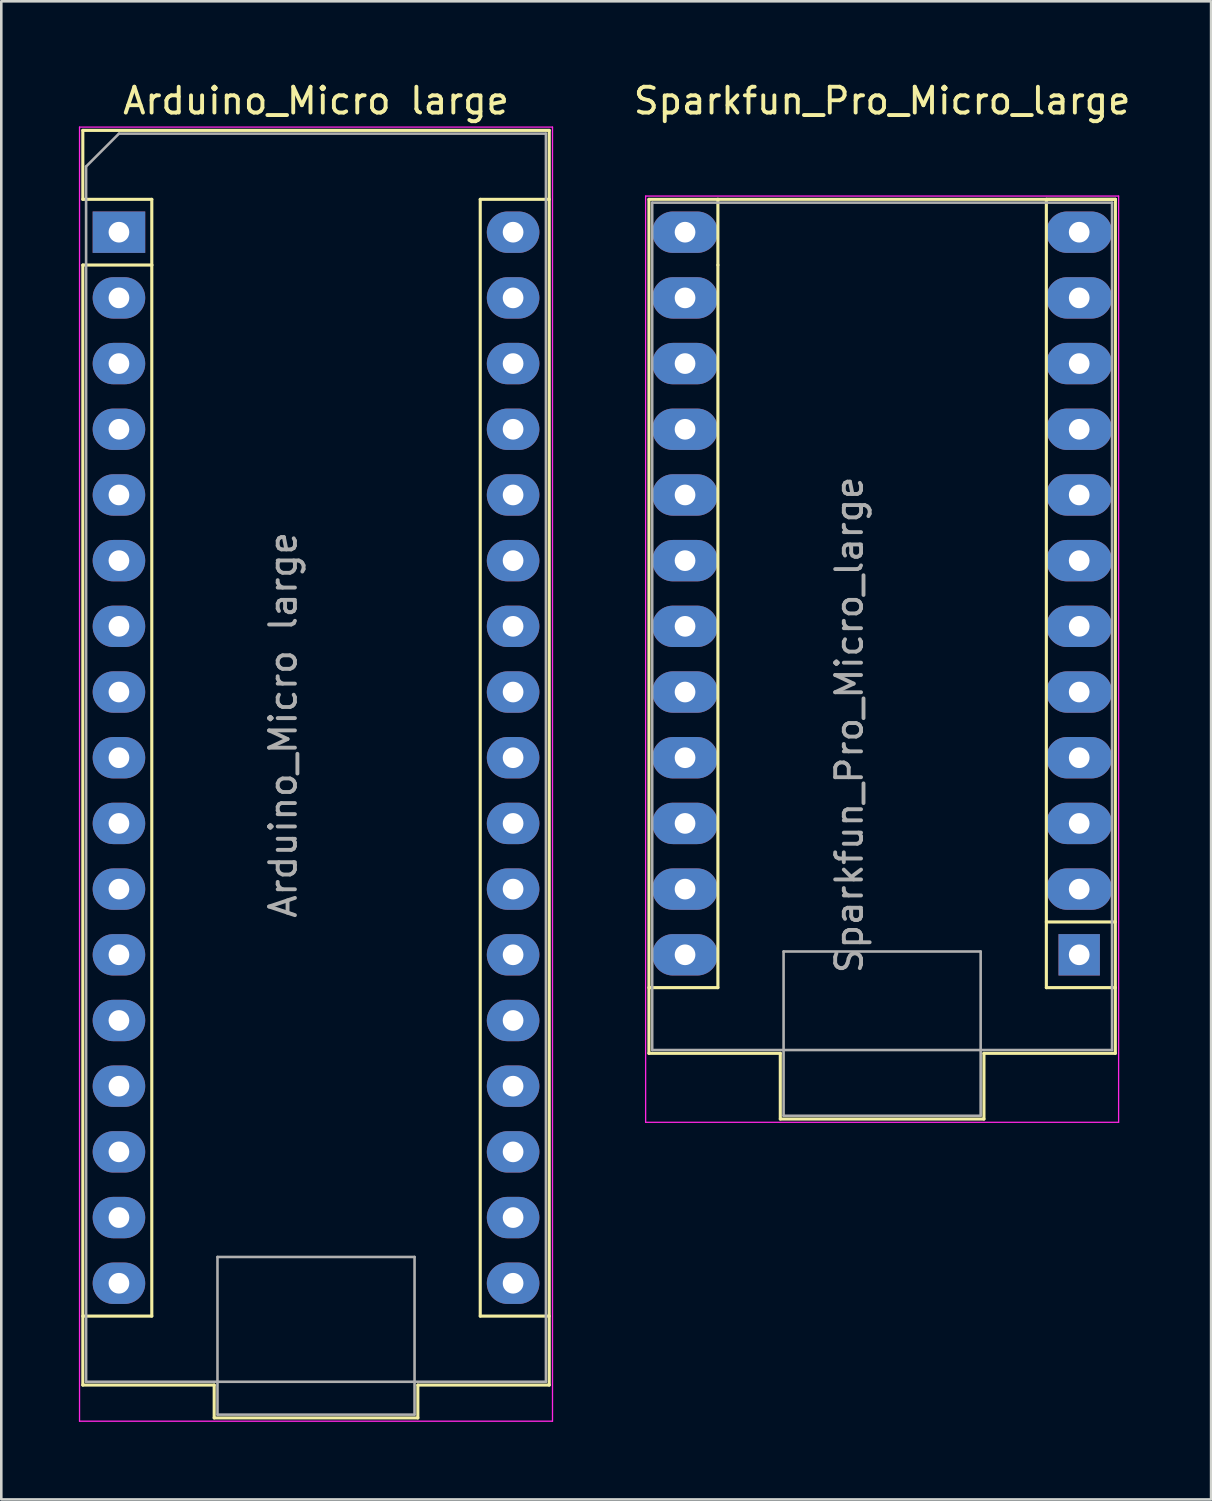
<source format=kicad_pcb>
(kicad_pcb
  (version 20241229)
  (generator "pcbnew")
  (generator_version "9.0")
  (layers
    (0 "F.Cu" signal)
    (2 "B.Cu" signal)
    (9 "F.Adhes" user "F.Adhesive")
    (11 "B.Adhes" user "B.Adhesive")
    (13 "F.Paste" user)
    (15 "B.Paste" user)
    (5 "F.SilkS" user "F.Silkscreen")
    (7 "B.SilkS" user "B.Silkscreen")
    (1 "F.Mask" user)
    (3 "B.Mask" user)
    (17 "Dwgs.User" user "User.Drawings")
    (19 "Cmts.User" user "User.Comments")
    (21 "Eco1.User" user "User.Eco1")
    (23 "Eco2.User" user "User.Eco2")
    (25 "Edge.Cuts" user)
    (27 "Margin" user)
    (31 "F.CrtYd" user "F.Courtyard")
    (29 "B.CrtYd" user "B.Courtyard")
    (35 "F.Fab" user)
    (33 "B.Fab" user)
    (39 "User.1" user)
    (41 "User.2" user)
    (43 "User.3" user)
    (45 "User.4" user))
  (footprint "Sparkfun_Pro_Micro_large"
    (layer "F.Cu")
    (at 23.438 5.928)
    (property "Reference" "Sparkfun_Pro_Micro_large" (at 7.62 -5.08 0) (layer "F.SilkS") (effects (font (size 1 1) (thickness 0.15))))
    (attr through_hole)
    (fp_line (start -1.397 -1.27) (end -1.397 31.75) (stroke (width 0.12) (type solid)) (layer "F.SilkS"))
    (fp_line (start -1.397 31.75) (end 3.683 31.75) (stroke (width 0.12) (type solid)) (layer "F.SilkS"))
    (fp_line (start 1.27 -1.27) (end -1.397 -1.27) (stroke (width 0.12) (type solid)) (layer "F.SilkS"))
    (fp_line (start 1.27 1.27) (end 1.27 -1.27) (stroke (width 0.12) (type solid)) (layer "F.SilkS"))
    (fp_line (start 1.27 1.27) (end 1.27 29.21) (stroke (width 0.12) (type solid)) (layer "F.SilkS"))
    (fp_line (start 1.27 29.21) (end -1.4 29.21) (stroke (width 0.12) (type solid)) (layer "F.SilkS"))
    (fp_line (start 3.683 34.29) (end 3.683 31.75) (stroke (width 0.12) (type solid)) (layer "F.SilkS"))
    (fp_line (start 3.683 34.29) (end 11.557 34.29) (stroke (width 0.12) (type solid)) (layer "F.SilkS"))
    (fp_line (start 11.557 31.75) (end 16.637 31.75) (stroke (width 0.12) (type solid)) (layer "F.SilkS"))
    (fp_line (start 11.557 34.29) (end 11.557 31.75) (stroke (width 0.12) (type solid)) (layer "F.SilkS"))
    (fp_line (start 13.97 -1.27) (end 13.97 29.21) (stroke (width 0.12) (type solid)) (layer "F.SilkS"))
    (fp_line (start 13.97 -1.27) (end 16.64 -1.27) (stroke (width 0.12) (type solid)) (layer "F.SilkS"))
    (fp_line (start 13.97 26.67) (end 16.64 26.67) (stroke (width 0.12) (type solid)) (layer "F.SilkS"))
    (fp_line (start 13.97 29.21) (end 16.64 29.21) (stroke (width 0.12) (type solid)) (layer "F.SilkS"))
    (fp_line (start 16.637 -1.27) (end 1.27 -1.27) (stroke (width 0.12) (type solid)) (layer "F.SilkS"))
    (fp_line (start 16.637 31.75) (end 16.64 -1.27) (stroke (width 0.12) (type solid)) (layer "F.SilkS"))
    (fp_line (start -1.524 -1.397) (end -1.524 34.417) (stroke (width 0.05) (type solid)) (layer "F.CrtYd"))
    (fp_line (start -1.524 -1.397) (end 16.764 -1.397) (stroke (width 0.05) (type solid)) (layer "F.CrtYd"))
    (fp_line (start 16.764 34.417) (end -1.524 34.417) (stroke (width 0.05) (type solid)) (layer "F.CrtYd"))
    (fp_line (start 16.764 34.417) (end 16.764 -1.397) (stroke (width 0.05) (type solid)) (layer "F.CrtYd"))
    (fp_line (start -1.27 -1.143) (end 16.51 -1.143) (stroke (width 0.1) (type solid)) (layer "F.Fab"))
    (fp_line (start -1.27 31.623) (end -1.27 -1.143) (stroke (width 0.1) (type solid)) (layer "F.Fab"))
    (fp_line (start 3.81 27.813) (end 11.43 27.813) (stroke (width 0.1) (type solid)) (layer "F.Fab"))
    (fp_line (start 3.81 34.163) (end 3.81 27.813) (stroke (width 0.1) (type solid)) (layer "F.Fab"))
    (fp_line (start 11.43 27.813) (end 11.43 34.163) (stroke (width 0.1) (type solid)) (layer "F.Fab"))
    (fp_line (start 11.43 34.163) (end 3.81 34.163) (stroke (width 0.1) (type solid)) (layer "F.Fab"))
    (fp_line (start 16.51 -1.143) (end 16.51 31.623) (stroke (width 0.1) (type solid)) (layer "F.Fab"))
    (fp_line (start 16.51 31.623) (end -1.27 31.623) (stroke (width 0.1) (type solid)) (layer "F.Fab"))
    (fp_text user "${REFERENCE}" (at 6.35 19.05 90) (layer "F.Fab") (effects (font (size 1 1) (thickness 0.15))))
    (pad "1" thru_hole rect (at 15.24 27.94) (size 1.6 1.6) (drill 0.8) (layers "*.Cu" "*.Mask"))
    (pad "2" thru_hole oval (at 15.24 25.4) (size 2.54 1.6) (drill 0.8) (layers "*.Cu" "*.Mask"))
    (pad "3" thru_hole oval (at 15.24 22.86) (size 2.54 1.6) (drill 0.8) (layers "*.Cu" "*.Mask"))
    (pad "4" thru_hole oval (at 15.24 20.32) (size 2.54 1.6) (drill 0.8) (layers "*.Cu" "*.Mask"))
    (pad "5" thru_hole oval (at 15.24 17.78) (size 2.54 1.6) (drill 0.8) (layers "*.Cu" "*.Mask"))
    (pad "6" thru_hole oval (at 15.24 15.24) (size 2.54 1.6) (drill 0.8) (layers "*.Cu" "*.Mask"))
    (pad "7" thru_hole oval (at 15.24 12.7) (size 2.54 1.6) (drill 0.8) (layers "*.Cu" "*.Mask"))
    (pad "8" thru_hole oval (at 15.24 10.16) (size 2.54 1.6) (drill 0.8) (layers "*.Cu" "*.Mask"))
    (pad "9" thru_hole oval (at 15.24 7.62) (size 2.54 1.6) (drill 0.8) (layers "*.Cu" "*.Mask"))
    (pad "10" thru_hole oval (at 15.24 5.08) (size 2.54 1.6) (drill 0.8) (layers "*.Cu" "*.Mask"))
    (pad "11" thru_hole oval (at 15.24 2.54) (size 2.54 1.6) (drill 0.8) (layers "*.Cu" "*.Mask"))
    (pad "12" thru_hole oval (at 15.24 0) (size 2.54 1.6) (drill 0.8) (layers "*.Cu" "*.Mask"))
    (pad "13" thru_hole oval (at 0 0) (size 2.54 1.6) (drill 0.8) (layers "*.Cu" "*.Mask"))
    (pad "14" thru_hole oval (at 0 2.54) (size 2.54 1.6) (drill 0.8) (layers "*.Cu" "*.Mask"))
    (pad "15" thru_hole oval (at 0 5.08) (size 2.54 1.6) (drill 0.8) (layers "*.Cu" "*.Mask"))
    (pad "16" thru_hole oval (at 0 7.62) (size 2.54 1.6) (drill 0.8) (layers "*.Cu" "*.Mask"))
    (pad "17" thru_hole oval (at 0 10.16) (size 2.54 1.6) (drill 0.8) (layers "*.Cu" "*.Mask"))
    (pad "18" thru_hole oval (at 0 12.7) (size 2.54 1.6) (drill 0.8) (layers "*.Cu" "*.Mask"))
    (pad "19" thru_hole oval (at 0 15.24) (size 2.54 1.6) (drill 0.8) (layers "*.Cu" "*.Mask"))
    (pad "20" thru_hole oval (at 0 17.78) (size 2.54 1.6) (drill 0.8) (layers "*.Cu" "*.Mask"))
    (pad "21" thru_hole oval (at 0 20.32) (size 2.54 1.6) (drill 0.8) (layers "*.Cu" "*.Mask"))
    (pad "22" thru_hole oval (at 0 22.86) (size 2.54 1.6) (drill 0.8) (layers "*.Cu" "*.Mask"))
    (pad "23" thru_hole oval (at 0 25.4) (size 2.54 1.6) (drill 0.8) (layers "*.Cu" "*.Mask"))
    (pad "24" thru_hole oval (at 0 27.94) (size 2.54 1.6) (drill 0.8) (layers "*.Cu" "*.Mask")))
  (footprint "Arduino_Micro large"
    (layer "F.Cu")
    (at 1.549 5.928)
    (property "Reference" "Arduino_Micro large" (at 7.62 -5.08 0) (layer "F.SilkS") (effects (font (size 1 1) (thickness 0.15))))
    (attr through_hole)
    (fp_line (start -1.397 -3.937) (end -1.397 -1.27) (stroke (width 0.12) (type solid)) (layer "F.SilkS"))
    (fp_line (start -1.397 1.27) (end -1.397 44.577) (stroke (width 0.12) (type solid)) (layer "F.SilkS"))
    (fp_line (start -1.397 44.577) (end 3.683 44.577) (stroke (width 0.12) (type solid)) (layer "F.SilkS"))
    (fp_line (start 1.27 -1.27) (end -1.397 -1.27) (stroke (width 0.12) (type solid)) (layer "F.SilkS"))
    (fp_line (start 1.27 1.27) (end -1.397 1.27) (stroke (width 0.12) (type solid)) (layer "F.SilkS"))
    (fp_line (start 1.27 1.27) (end 1.27 -1.27) (stroke (width 0.12) (type solid)) (layer "F.SilkS"))
    (fp_line (start 1.27 1.27) (end 1.27 41.91) (stroke (width 0.12) (type solid)) (layer "F.SilkS"))
    (fp_line (start 1.27 41.91) (end -1.397 41.91) (stroke (width 0.12) (type solid)) (layer "F.SilkS"))
    (fp_line (start 3.683 44.577) (end 3.683 45.847) (stroke (width 0.12) (type solid)) (layer "F.SilkS"))
    (fp_line (start 3.683 45.847) (end 11.557 45.847) (stroke (width 0.12) (type solid)) (layer "F.SilkS"))
    (fp_line (start 11.557 44.577) (end 11.557 45.847) (stroke (width 0.12) (type solid)) (layer "F.SilkS"))
    (fp_line (start 11.557 44.577) (end 16.637 44.577) (stroke (width 0.12) (type solid)) (layer "F.SilkS"))
    (fp_line (start 13.97 -1.27) (end 13.97 41.91) (stroke (width 0.12) (type solid)) (layer "F.SilkS"))
    (fp_line (start 13.97 -1.27) (end 16.637 -1.27) (stroke (width 0.12) (type solid)) (layer "F.SilkS"))
    (fp_line (start 13.97 41.91) (end 16.637 41.91) (stroke (width 0.12) (type solid)) (layer "F.SilkS"))
    (fp_line (start 16.637 -3.937) (end -1.397 -3.937) (stroke (width 0.12) (type solid)) (layer "F.SilkS"))
    (fp_line (start 16.637 44.577) (end 16.637 -3.937) (stroke (width 0.12) (type solid)) (layer "F.SilkS"))
    (fp_line (start -1.524 -4.064) (end -1.524 45.974) (stroke (width 0.05) (type solid)) (layer "F.CrtYd"))
    (fp_line (start -1.524 -4.064) (end 16.764 -4.064) (stroke (width 0.05) (type solid)) (layer "F.CrtYd"))
    (fp_line (start 16.764 45.974) (end -1.524 45.974) (stroke (width 0.05) (type solid)) (layer "F.CrtYd"))
    (fp_line (start 16.764 45.974) (end 16.764 -4.064) (stroke (width 0.05) (type solid)) (layer "F.CrtYd"))
    (fp_line (start -1.27 -2.54) (end 0 -3.81) (stroke (width 0.1) (type solid)) (layer "F.Fab"))
    (fp_line (start -1.27 44.45) (end -1.27 -2.54) (stroke (width 0.1) (type solid)) (layer "F.Fab"))
    (fp_line (start 0 -3.81) (end 16.51 -3.81) (stroke (width 0.1) (type solid)) (layer "F.Fab"))
    (fp_line (start 3.81 39.624) (end 11.43 39.624) (stroke (width 0.1) (type solid)) (layer "F.Fab"))
    (fp_line (start 3.81 45.72) (end 3.81 39.624) (stroke (width 0.1) (type solid)) (layer "F.Fab"))
    (fp_line (start 11.43 39.624) (end 11.43 45.72) (stroke (width 0.1) (type solid)) (layer "F.Fab"))
    (fp_line (start 11.43 45.72) (end 3.81 45.72) (stroke (width 0.1) (type solid)) (layer "F.Fab"))
    (fp_line (start 16.51 -3.81) (end 16.51 44.45) (stroke (width 0.1) (type solid)) (layer "F.Fab"))
    (fp_line (start 16.51 44.45) (end -1.27 44.45) (stroke (width 0.1) (type solid)) (layer "F.Fab"))
    (fp_text user "${REFERENCE}" (at 6.35 19.05 90) (layer "F.Fab") (effects (font (size 1 1) (thickness 0.15))))
    (pad "1" thru_hole rect (at 0 0) (size 2.032 1.6) (drill 0.8) (layers "*.Cu" "*.Mask"))
    (pad "2" thru_hole oval (at 0 2.54) (size 2.032 1.6) (drill 0.8) (layers "*.Cu" "*.Mask"))
    (pad "3" thru_hole oval (at 0 5.08) (size 2.032 1.6) (drill 0.8) (layers "*.Cu" "*.Mask"))
    (pad "4" thru_hole oval (at 0 7.62) (size 2.032 1.6) (drill 0.8) (layers "*.Cu" "*.Mask"))
    (pad "5" thru_hole oval (at 0 10.16) (size 2.032 1.6) (drill 0.8) (layers "*.Cu" "*.Mask"))
    (pad "6" thru_hole oval (at 0 12.7) (size 2.032 1.6) (drill 0.8) (layers "*.Cu" "*.Mask"))
    (pad "7" thru_hole oval (at 0 15.24) (size 2.032 1.6) (drill 0.8) (layers "*.Cu" "*.Mask"))
    (pad "8" thru_hole oval (at 0 17.78) (size 2.032 1.6) (drill 0.8) (layers "*.Cu" "*.Mask"))
    (pad "9" thru_hole oval (at 0 20.32) (size 2.032 1.6) (drill 0.8) (layers "*.Cu" "*.Mask"))
    (pad "10" thru_hole oval (at 0 22.86) (size 2.032 1.6) (drill 0.8) (layers "*.Cu" "*.Mask"))
    (pad "11" thru_hole oval (at 0 25.4) (size 2.032 1.6) (drill 0.8) (layers "*.Cu" "*.Mask"))
    (pad "12" thru_hole oval (at 0 27.94) (size 2.032 1.6) (drill 0.8) (layers "*.Cu" "*.Mask"))
    (pad "13" thru_hole oval (at 0 30.48) (size 2.032 1.6) (drill 0.8) (layers "*.Cu" "*.Mask"))
    (pad "14" thru_hole oval (at 0 33.02) (size 2.032 1.6) (drill 0.8) (layers "*.Cu" "*.Mask"))
    (pad "15" thru_hole oval (at 0 35.56) (size 2.032 1.6) (drill 0.8) (layers "*.Cu" "*.Mask"))
    (pad "16" thru_hole oval (at 0 38.1) (size 2.032 1.6) (drill 0.8) (layers "*.Cu" "*.Mask"))
    (pad "17" thru_hole oval (at 0 40.64) (size 2.032 1.6) (drill 0.8) (layers "*.Cu" "*.Mask"))
    (pad "18" thru_hole oval (at 15.24 40.64) (size 2.032 1.6) (drill 0.8) (layers "*.Cu" "*.Mask"))
    (pad "19" thru_hole oval (at 15.24 38.1) (size 2.032 1.6) (drill 0.8) (layers "*.Cu" "*.Mask"))
    (pad "20" thru_hole oval (at 15.24 35.56) (size 2.032 1.6) (drill 0.8) (layers "*.Cu" "*.Mask"))
    (pad "21" thru_hole oval (at 15.24 33.02) (size 2.032 1.6) (drill 0.8) (layers "*.Cu" "*.Mask"))
    (pad "22" thru_hole oval (at 15.24 30.48) (size 2.032 1.6) (drill 0.8) (layers "*.Cu" "*.Mask"))
    (pad "23" thru_hole oval (at 15.24 27.94) (size 2.032 1.6) (drill 0.8) (layers "*.Cu" "*.Mask"))
    (pad "24" thru_hole oval (at 15.24 25.4) (size 2.032 1.6) (drill 0.8) (layers "*.Cu" "*.Mask"))
    (pad "25" thru_hole oval (at 15.24 22.86) (size 2.032 1.6) (drill 0.8) (layers "*.Cu" "*.Mask"))
    (pad "26" thru_hole oval (at 15.24 20.32) (size 2.032 1.6) (drill 0.8) (layers "*.Cu" "*.Mask"))
    (pad "27" thru_hole oval (at 15.24 17.78) (size 2.032 1.6) (drill 0.8) (layers "*.Cu" "*.Mask"))
    (pad "28" thru_hole oval (at 15.24 15.24) (size 2.032 1.6) (drill 0.8) (layers "*.Cu" "*.Mask"))
    (pad "29" thru_hole oval (at 15.24 12.7) (size 2.032 1.6) (drill 0.8) (layers "*.Cu" "*.Mask"))
    (pad "30" thru_hole oval (at 15.24 10.16) (size 2.032 1.6) (drill 0.8) (layers "*.Cu" "*.Mask"))
    (pad "31" thru_hole oval (at 15.24 7.62) (size 2.032 1.6) (drill 0.8) (layers "*.Cu" "*.Mask"))
    (pad "32" thru_hole oval (at 15.24 5.08) (size 2.032 1.6) (drill 0.8) (layers "*.Cu" "*.Mask"))
    (pad "33" thru_hole oval (at 15.24 2.54) (size 2.032 1.6) (drill 0.8) (layers "*.Cu" "*.Mask"))
    (pad "34" thru_hole oval (at 15.24 0) (size 2.032 1.6) (drill 0.8) (layers "*.Cu" "*.Mask")))
  (gr_rect
    (start -3 -3)
    (end 43.778 54.927)
    (stroke (width 0.1) (type default))
    (fill no)
    (layer "Edge.Cuts")))
</source>
